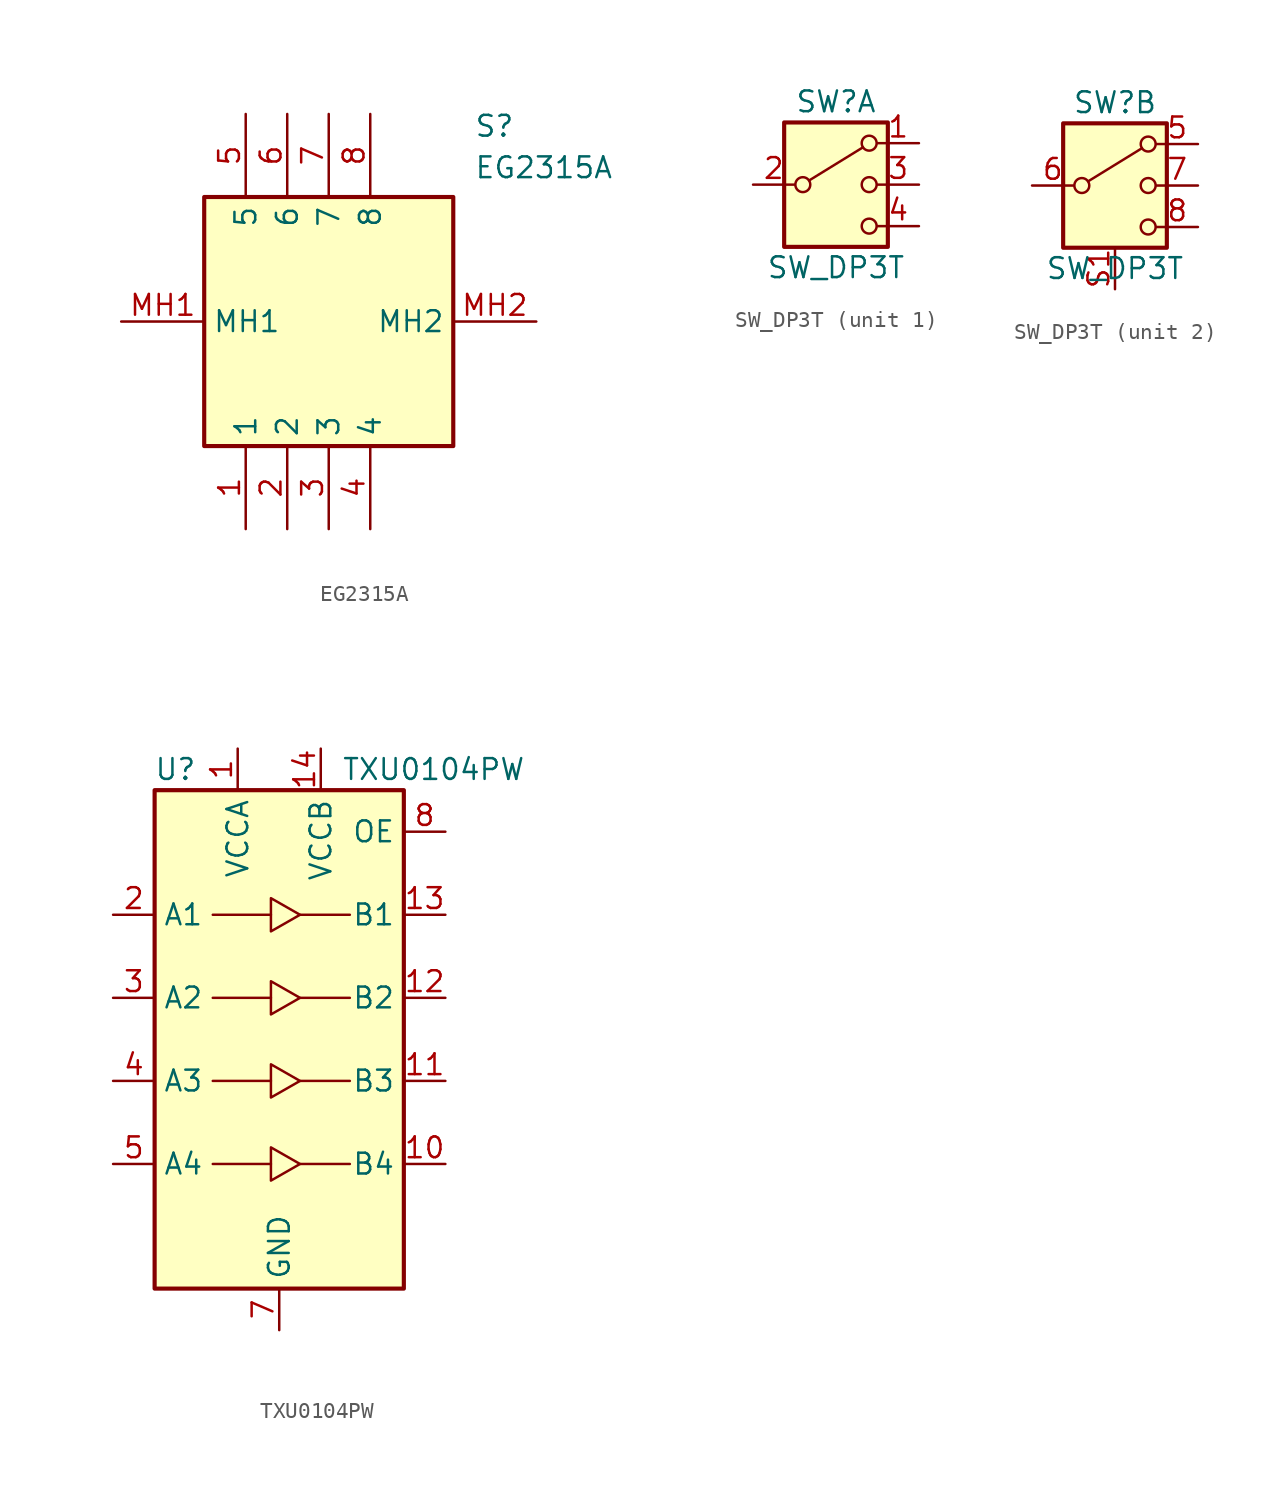
<source format=kicad_sym>
(kicad_symbol_lib
  (version 20231120)
  (generator "kicad_symbol_editor")
  (generator_version "8.0")
  (symbol "EG2315A"
    (property "Reference" "S"
      (at 21.59 12.7 0)
      (effects (font (size 1.27 1.27)) (justify left top)))
    (property "Value" "EG2315A"
      (at 21.59 10.16 0)
      (effects (font (size 1.27 1.27)) (justify left top)))
    (symbol "EG2315A_1_1"
      (rectangle (start 5.08 7.62) (end 20.32 -7.62) (stroke (width 0.254) (type default)) (fill (type background)))
      (pin passive line (at 7.62 -12.7 90) (length 5.08) (name "1" (effects (font (size 1.27 1.27)))) (number "1" (effects (font (size 1.27 1.27)))))
      (pin passive line (at 10.16 -12.7 90) (length 5.08) (name "2" (effects (font (size 1.27 1.27)))) (number "2" (effects (font (size 1.27 1.27)))))
      (pin passive line (at 12.7 -12.7 90) (length 5.08) (name "3" (effects (font (size 1.27 1.27)))) (number "3" (effects (font (size 1.27 1.27)))))
      (pin passive line (at 15.24 -12.7 90) (length 5.08) (name "4" (effects (font (size 1.27 1.27)))) (number "4" (effects (font (size 1.27 1.27)))))
      (pin passive line (at 7.62 12.7 270) (length 5.08) (name "5" (effects (font (size 1.27 1.27)))) (number "5" (effects (font (size 1.27 1.27)))))
      (pin passive line (at 10.16 12.7 270) (length 5.08) (name "6" (effects (font (size 1.27 1.27)))) (number "6" (effects (font (size 1.27 1.27)))))
      (pin passive line (at 12.7 12.7 270) (length 5.08) (name "7" (effects (font (size 1.27 1.27)))) (number "7" (effects (font (size 1.27 1.27)))))
      (pin passive line (at 15.24 12.7 270) (length 5.08) (name "8" (effects (font (size 1.27 1.27)))) (number "8" (effects (font (size 1.27 1.27)))))
      (pin passive line (at 0 0 0) (length 5.08) (name "MH1" (effects (font (size 1.27 1.27)))) (number "MH1" (effects (font (size 1.27 1.27)))))
      (pin passive line (at 25.4 0 180) (length 5.08) (name "MH2" (effects (font (size 1.27 1.27)))) (number "MH2" (effects (font (size 1.27 1.27)))))))
  (symbol "SW_DP3T"
    (pin_names
      (offset 0) hide)
    (property "Reference" "SW"
      (at 0 5.08 0)
      (effects (font (size 1.27 1.27))))
    (property "Value" "SW_DP3T"
      (at 0 -5.08 0)
      (effects (font (size 1.27 1.27))))
    (symbol "SW_DP3T_0_1"
      (rectangle (start -3.175 3.81) (end 3.175 -3.81) (stroke (width 0.254) (type default)) (fill (type background)))
      (circle (center -2.032 0) (radius 0.457) (stroke (width 0) (type default)) (fill (type none)))
      (polyline (pts (xy -1.651 0.254) (xy 1.651 2.286)) (stroke (width 0) (type default)) (fill (type none)))
      (circle (center 2.032 -2.54) (radius 0.457) (stroke (width 0) (type default)) (fill (type none)))
      (circle (center 2.032 0) (radius 0.457) (stroke (width 0) (type default)) (fill (type none)))
      (circle (center 2.032 2.54) (radius 0.457) (stroke (width 0) (type default)) (fill (type none))))
    (symbol "SW_DP3T_1_1"
      (pin passive line (at 5.08 2.54 180) (length 2.54) (name "1" (effects (font (size 1.27 1.27)))) (number "1" (effects (font (size 1.27 1.27)))))
      (pin passive line (at -5.08 0 0) (length 2.54) (name "2" (effects (font (size 1.27 1.27)))) (number "2" (effects (font (size 1.27 1.27)))))
      (pin passive line (at 5.08 0 180) (length 2.54) (name "3" (effects (font (size 1.27 1.27)))) (number "3" (effects (font (size 1.27 1.27)))))
      (pin passive line (at 5.08 -2.54 180) (length 2.54) (name "4" (effects (font (size 1.27 1.27)))) (number "4" (effects (font (size 1.27 1.27))))))
    (symbol "SW_DP3T_2_1"
      (pin passive line (at 5.08 2.54 180) (length 2.54) (name "5" (effects (font (size 1.27 1.27)))) (number "5" (effects (font (size 1.27 1.27)))))
      (pin passive line (at -5.08 0 0) (length 2.54) (name "6" (effects (font (size 1.27 1.27)))) (number "6" (effects (font (size 1.27 1.27)))))
      (pin passive line (at 5.08 0 180) (length 2.54) (name "7" (effects (font (size 1.27 1.27)))) (number "7" (effects (font (size 1.27 1.27)))))
      (pin passive line (at 5.08 -2.54 180) (length 2.54) (name "8" (effects (font (size 1.27 1.27)))) (number "8" (effects (font (size 1.27 1.27)))))
      (pin passive line (at 0 -6.35 90) (length 2.54) (name "SHIELD" (effects (font (size 1.27 1.27)))) (number "S1" (effects (font (size 1.27 1.27)))))))
  (symbol "TXU0104PW"
    (property "Reference" "U"
      (at -6.35 16.51 0)
      (effects (font (size 1.27 1.27))))
    (property "Value" "TXU0104PW"
      (at 3.81 16.51 0)
      (effects (font (size 1.27 1.27)) (justify left)))
    (symbol "TXU0104PW_0_1"
      (rectangle (start -7.62 15.24) (end 7.62 -15.24) (stroke (width 0.254) (type default)) (fill (type background)))
      (polyline (pts (xy -4.064 -7.62) (xy -0.508 -7.62)) (stroke (width 0) (type default)) (fill (type none)))
      (polyline (pts (xy -4.064 -2.54) (xy -0.508 -2.54)) (stroke (width 0) (type default)) (fill (type none)))
      (polyline (pts (xy -4.064 2.54) (xy -0.508 2.54)) (stroke (width 0) (type default)) (fill (type none)))
      (polyline (pts (xy -4.064 7.62) (xy -0.508 7.62)) (stroke (width 0) (type default)) (fill (type none)))
      (polyline (pts (xy 1.27 -7.62) (xy 4.318 -7.62)) (stroke (width 0) (type default)) (fill (type none)))
      (polyline (pts (xy 1.27 -2.54) (xy 4.318 -2.54)) (stroke (width 0) (type default)) (fill (type none)))
      (polyline (pts (xy 1.27 2.54) (xy 4.318 2.54)) (stroke (width 0) (type default)) (fill (type none)))
      (polyline (pts (xy 1.27 7.62) (xy 4.318 7.62)) (stroke (width 0) (type default)) (fill (type none)))
      (polyline (pts (xy 1.27 -7.62) (xy -0.508 -8.636) (xy -0.508 -6.604) (xy 1.27 -7.62)) (stroke (width 0) (type default)) (fill (type none)))
      (polyline (pts (xy 1.27 -2.54) (xy -0.508 -3.556) (xy -0.508 -1.524) (xy 1.27 -2.54)) (stroke (width 0) (type default)) (fill (type none)))
      (polyline (pts (xy 1.27 2.54) (xy -0.508 1.524) (xy -0.508 3.556) (xy 1.27 2.54)) (stroke (width 0) (type default)) (fill (type none)))
      (polyline (pts (xy 1.27 7.62) (xy -0.508 6.604) (xy -0.508 8.636) (xy 1.27 7.62)) (stroke (width 0) (type default)) (fill (type none))))
    (symbol "TXU0104PW_1_1"
      (pin power_in line (at -2.54 17.78 270) (length 2.54) (name "VCCA" (effects (font (size 1.27 1.27)))) (number "1" (effects (font (size 1.27 1.27)))))
      (pin output line (at 10.16 -7.62 180) (length 2.54) (name "B4" (effects (font (size 1.27 1.27)))) (number "10" (effects (font (size 1.27 1.27)))))
      (pin output line (at 10.16 -2.54 180) (length 2.54) (name "B3" (effects (font (size 1.27 1.27)))) (number "11" (effects (font (size 1.27 1.27)))))
      (pin output line (at 10.16 2.54 180) (length 2.54) (name "B2" (effects (font (size 1.27 1.27)))) (number "12" (effects (font (size 1.27 1.27)))))
      (pin output line (at 10.16 7.62 180) (length 2.54) (name "B1" (effects (font (size 1.27 1.27)))) (number "13" (effects (font (size 1.27 1.27)))))
      (pin power_in line (at 2.54 17.78 270) (length 2.54) (name "VCCB" (effects (font (size 1.27 1.27)))) (number "14" (effects (font (size 1.27 1.27)))))
      (pin input line (at -10.16 7.62 0) (length 2.54) (name "A1" (effects (font (size 1.27 1.27)))) (number "2" (effects (font (size 1.27 1.27)))))
      (pin input line (at -10.16 2.54 0) (length 2.54) (name "A2" (effects (font (size 1.27 1.27)))) (number "3" (effects (font (size 1.27 1.27)))))
      (pin input line (at -10.16 -2.54 0) (length 2.54) (name "A3" (effects (font (size 1.27 1.27)))) (number "4" (effects (font (size 1.27 1.27)))))
      (pin input line (at -10.16 -7.62 0) (length 2.54) (name "A4" (effects (font (size 1.27 1.27)))) (number "5" (effects (font (size 1.27 1.27)))))
      (pin no_connect line (at -7.62 -12.7 0) (length 2.54) hide (name "NC" (effects (font (size 1.27 1.27)))) (number "6" (effects (font (size 1.27 1.27)))))
      (pin power_in line (at 0 -17.78 90) (length 2.54) (name "GND" (effects (font (size 1.27 1.27)))) (number "7" (effects (font (size 1.27 1.27)))))
      (pin input line (at 10.16 12.7 180) (length 2.54) (name "OE" (effects (font (size 1.27 1.27)))) (number "8" (effects (font (size 1.27 1.27)))))
      (pin no_connect line (at 7.62 -12.7 180) (length 2.54) hide (name "NC" (effects (font (size 1.27 1.27)))) (number "9" (effects (font (size 1.27 1.27))))))))
</source>
